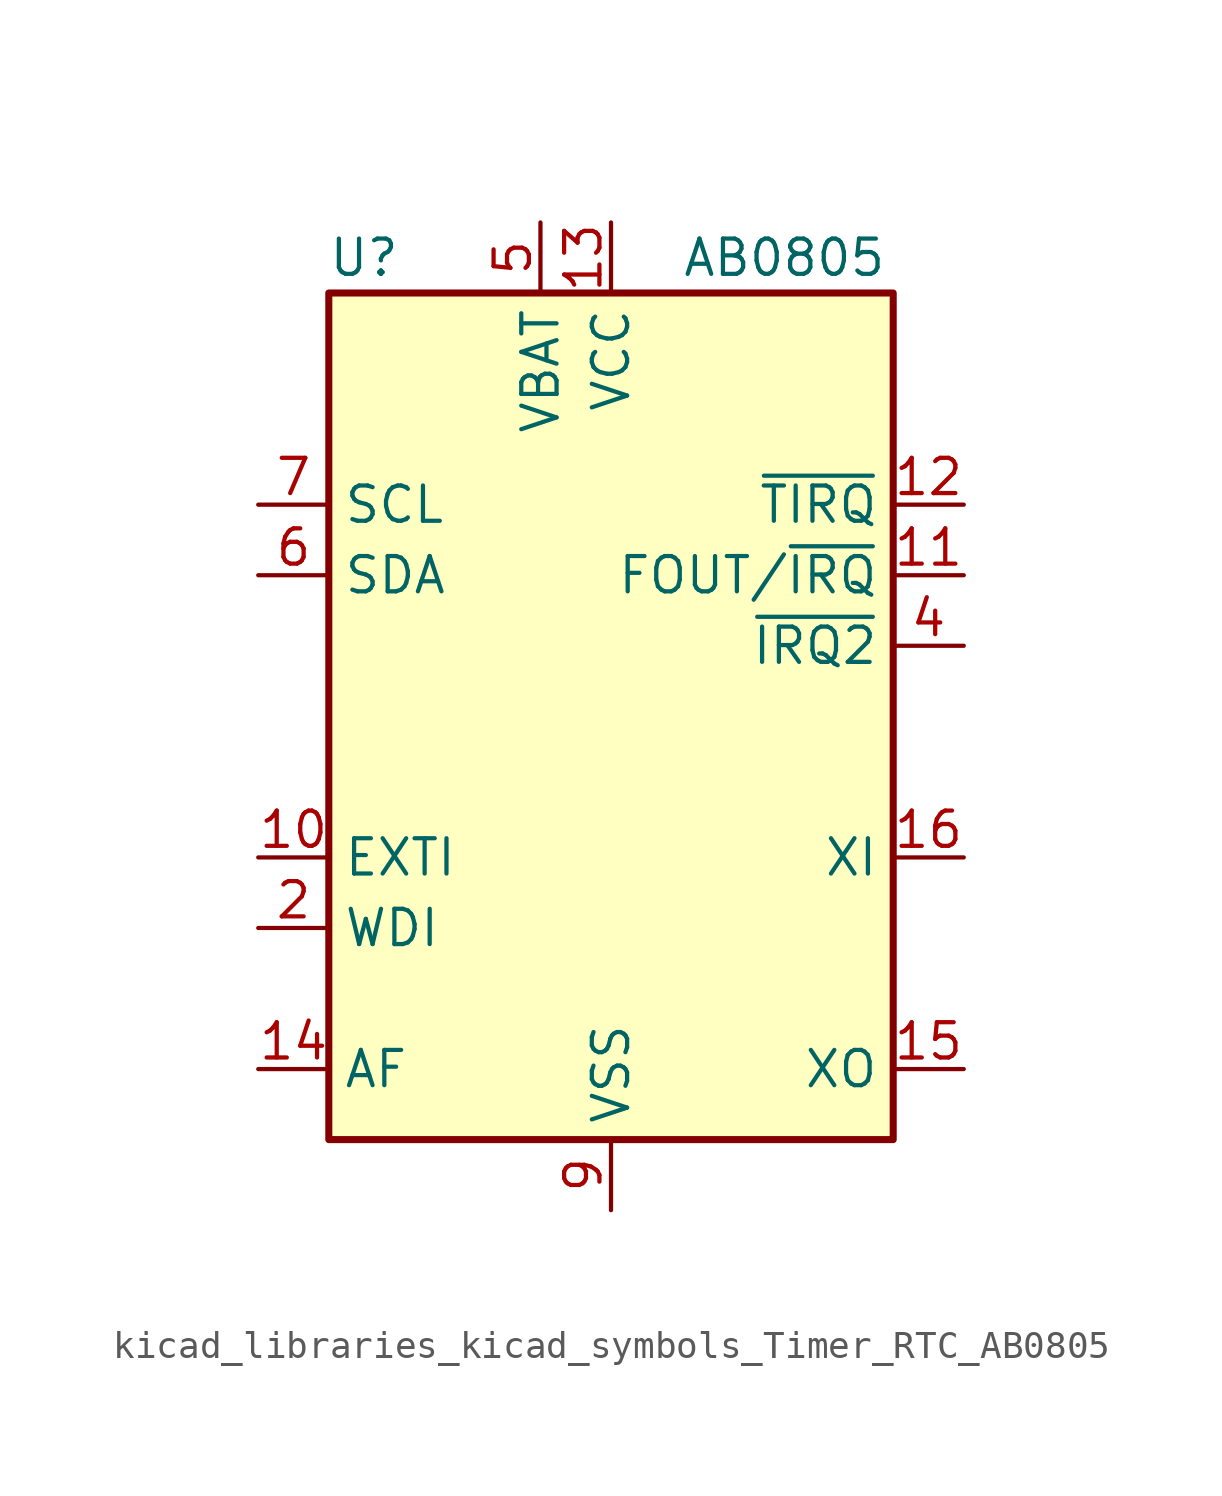
<source format=kicad_sym>
(kicad_symbol_lib
  (version 20220914)
  (generator kicad_symbol_editor)
  (symbol "kicad_libraries_kicad_symbols_Timer_RTC_AB0805"
    (property "Reference" "U"
      (at -8.89 16.51 0)
      (effects (font (size 1.27 1.27))))
    (property "Value" "AB0805"
      (at 2.54 16.51 0)
      (effects (font (size 1.27 1.27)) (justify left)))
    (symbol "kicad_libraries_kicad_symbols_Timer_RTC_AB0805_0_1"
      (rectangle (start -10.16 15.24) (end 10.16 -15.24) (stroke (width 0.254) (type default)) (fill (type background))))
    (symbol "kicad_libraries_kicad_symbols_Timer_RTC_AB0805_1_1"
      (pin no_connect line (at -10.16 -2.54 0) (length 2.54) hide (name "NC" (effects (font (size 1.27 1.27)))) (number "1" (effects (font (size 1.27 1.27)))))
      (pin input line (at -12.7 -5.08 0) (length 2.54) (name "EXTI" (effects (font (size 1.27 1.27)))) (number "10" (effects (font (size 1.27 1.27)))))
      (pin open_collector line (at 12.7 5.08 180) (length 2.54) (name "FOUT/~{IRQ}" (effects (font (size 1.27 1.27)))) (number "11" (effects (font (size 1.27 1.27)))))
      (pin open_collector line (at 12.7 7.62 180) (length 2.54) (name "~{TIRQ}" (effects (font (size 1.27 1.27)))) (number "12" (effects (font (size 1.27 1.27)))))
      (pin power_in line (at 0 17.78 270) (length 2.54) (name "VCC" (effects (font (size 1.27 1.27)))) (number "13" (effects (font (size 1.27 1.27)))))
      (pin passive line (at -12.7 -12.7 0) (length 2.54) (name "AF" (effects (font (size 1.27 1.27)))) (number "14" (effects (font (size 1.27 1.27)))))
      (pin output line (at 12.7 -12.7 180) (length 2.54) (name "XO" (effects (font (size 1.27 1.27)))) (number "15" (effects (font (size 1.27 1.27)))))
      (pin input line (at 12.7 -5.08 180) (length 2.54) (name "XI" (effects (font (size 1.27 1.27)))) (number "16" (effects (font (size 1.27 1.27)))))
      (pin passive line (at 0 -17.78 90) (length 2.54) hide (name "VSS" (effects (font (size 1.27 1.27)))) (number "17" (effects (font (size 1.27 1.27)))))
      (pin input line (at -12.7 -7.62 0) (length 2.54) (name "WDI" (effects (font (size 1.27 1.27)))) (number "2" (effects (font (size 1.27 1.27)))))
      (pin no_connect line (at -10.16 -10.16 0) (length 2.54) hide (name "NC" (effects (font (size 1.27 1.27)))) (number "3" (effects (font (size 1.27 1.27)))))
      (pin open_collector line (at 12.7 2.54 180) (length 2.54) (name "~{IRQ2}" (effects (font (size 1.27 1.27)))) (number "4" (effects (font (size 1.27 1.27)))))
      (pin power_in line (at -2.54 17.78 270) (length 2.54) (name "VBAT" (effects (font (size 1.27 1.27)))) (number "5" (effects (font (size 1.27 1.27)))))
      (pin bidirectional line (at -12.7 5.08 0) (length 2.54) (name "SDA" (effects (font (size 1.27 1.27)))) (number "6" (effects (font (size 1.27 1.27)))))
      (pin input line (at -12.7 7.62 0) (length 2.54) (name "SCL" (effects (font (size 1.27 1.27)))) (number "7" (effects (font (size 1.27 1.27)))))
      (pin no_connect line (at 10.16 0 180) (length 2.54) hide (name "NC" (effects (font (size 1.27 1.27)))) (number "8" (effects (font (size 1.27 1.27)))))
      (pin power_in line (at 0 -17.78 90) (length 2.54) (name "VSS" (effects (font (size 1.27 1.27)))) (number "9" (effects (font (size 1.27 1.27))))))))
</source>
